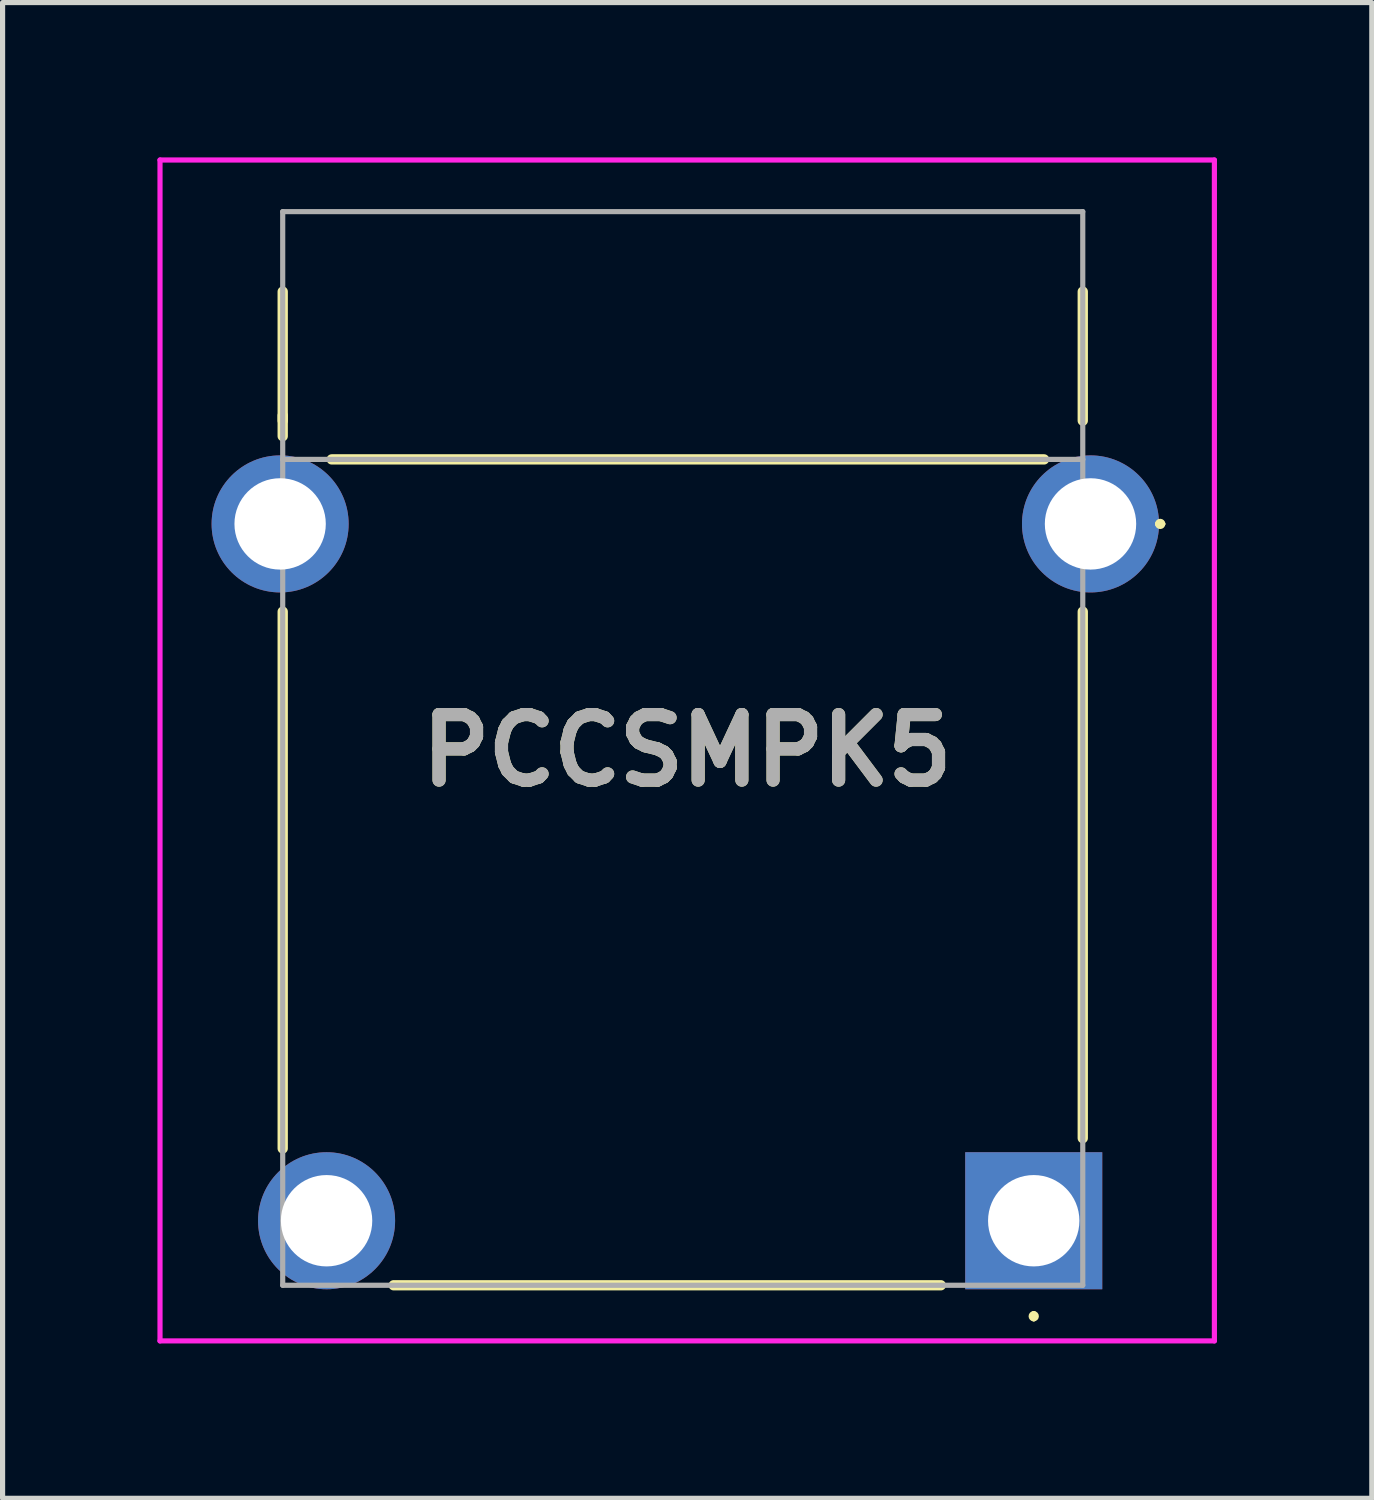
<source format=kicad_pcb>
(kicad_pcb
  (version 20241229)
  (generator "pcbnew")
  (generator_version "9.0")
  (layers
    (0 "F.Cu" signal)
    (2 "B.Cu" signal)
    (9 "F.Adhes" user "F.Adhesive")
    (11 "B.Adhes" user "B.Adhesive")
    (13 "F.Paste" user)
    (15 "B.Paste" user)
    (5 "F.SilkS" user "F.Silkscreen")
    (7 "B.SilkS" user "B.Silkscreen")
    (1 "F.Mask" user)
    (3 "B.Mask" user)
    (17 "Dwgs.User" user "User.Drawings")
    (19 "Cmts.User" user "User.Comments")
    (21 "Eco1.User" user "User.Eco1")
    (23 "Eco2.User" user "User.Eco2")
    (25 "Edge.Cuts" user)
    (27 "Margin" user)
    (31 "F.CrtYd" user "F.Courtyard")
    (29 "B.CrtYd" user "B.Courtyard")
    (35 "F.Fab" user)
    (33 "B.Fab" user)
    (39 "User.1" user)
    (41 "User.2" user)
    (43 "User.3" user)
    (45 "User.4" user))
  (footprint "PCCSMPK5"
    (layer "F.Cu")
    (at 16.977 20.6)
    (property "Reference" "PCCSMPK5" (at -6.713 -9.111 0) (layer "F.SilkS") (effects (font (size 1.27 1.27) (thickness 0.254))))
    (attr through_hole)
    (fp_line (start -14.55 -15.5) (end -14.55 -18) (stroke (width 0.2) (type solid)) (layer "F.SilkS"))
    (fp_line (start -14.55 -15.2) (end -14.55 -15.6) (stroke (width 0.2) (type solid)) (layer "F.SilkS"))
    (fp_line (start -14.55 -1.4) (end -14.55 -11.8) (stroke (width 0.2) (type solid)) (layer "F.SilkS"))
    (fp_line (start -13.6 -14.75) (end 0.2 -14.75) (stroke (width 0.2) (type solid)) (layer "F.SilkS"))
    (fp_line (start -1.8 1.25) (end -12.4 1.25) (stroke (width 0.2) (type solid)) (layer "F.SilkS"))
    (fp_line (start 0 1.8) (end 0 1.8) (stroke (width 0.1) (type solid)) (layer "F.SilkS"))
    (fp_line (start 0 1.9) (end 0 1.9) (stroke (width 0.1) (type solid)) (layer "F.SilkS"))
    (fp_line (start 0.95 -18) (end 0.95 -15.5) (stroke (width 0.2) (type solid)) (layer "F.SilkS"))
    (fp_line (start 0.95 -11.8) (end 0.95 -1.6) (stroke (width 0.2) (type solid)) (layer "F.SilkS"))
    (fp_line (start 2.4 -13.5) (end 2.4 -13.5) (stroke (width 0.1) (type solid)) (layer "F.SilkS"))
    (fp_line (start 2.5 -13.5) (end 2.5 -13.5) (stroke (width 0.1) (type solid)) (layer "F.SilkS"))
    (fp_arc (start 0 1.8) (mid 0.05 1.85) (end 0 1.9) (stroke (width 0.1) (type solid)) (layer "F.SilkS"))
    (fp_arc (start 0 1.9) (mid -0.05 1.85) (end 0 1.8) (stroke (width 0.1) (type solid)) (layer "F.SilkS"))
    (fp_arc (start 2.4 -13.5) (mid 2.45 -13.55) (end 2.5 -13.5) (stroke (width 0.1) (type solid)) (layer "F.SilkS"))
    (fp_arc (start 2.5 -13.5) (mid 2.45 -13.45) (end 2.4 -13.5) (stroke (width 0.1) (type solid)) (layer "F.SilkS"))
    (fp_line (start -16.927 -20.55) (end 3.5 -20.55) (stroke (width 0.1) (type solid)) (layer "F.CrtYd"))
    (fp_line (start -16.927 2.328) (end -16.927 -20.55) (stroke (width 0.1) (type solid)) (layer "F.CrtYd"))
    (fp_line (start 3.5 -20.55) (end 3.5 2.328) (stroke (width 0.1) (type solid)) (layer "F.CrtYd"))
    (fp_line (start 3.5 2.328) (end -16.927 2.328) (stroke (width 0.1) (type solid)) (layer "F.CrtYd"))
    (fp_line (start -14.55 -19.55) (end 0.95 -19.55) (stroke (width 0.1) (type solid)) (layer "F.Fab"))
    (fp_line (start -14.55 -14.75) (end -14.55 -19.55) (stroke (width 0.1) (type solid)) (layer "F.Fab"))
    (fp_line (start -14.55 -14.75) (end 0.95 -14.75) (stroke (width 0.1) (type solid)) (layer "F.Fab"))
    (fp_line (start -14.55 1.25) (end -14.55 -14.75) (stroke (width 0.1) (type solid)) (layer "F.Fab"))
    (fp_line (start 0.95 -19.55) (end 0.95 -14.75) (stroke (width 0.1) (type solid)) (layer "F.Fab"))
    (fp_line (start 0.95 -14.75) (end 0.95 1.25) (stroke (width 0.1) (type solid)) (layer "F.Fab"))
    (fp_line (start 0.95 1.25) (end -14.55 1.25) (stroke (width 0.1) (type solid)) (layer "F.Fab"))
    (fp_text user "${REFERENCE}" (at -6.713 -9.111 0) (layer "F.Fab") (effects (font (size 1.27 1.27) (thickness 0.254))))
    (pad "1" thru_hole rect (at 0 0) (size 2.655 2.655) (drill 1.77) (layers "*.Cu" "*.Mask"))
    (pad "2" thru_hole circle (at -13.7 0) (size 2.655 2.655) (drill 1.77) (layers "*.Cu" "*.Mask"))
    (pad "MH1" thru_hole circle (at 1.1 -13.5) (size 2.655 2.655) (drill 1.77) (layers "*.Cu" "*.Mask"))
    (pad "MH2" thru_hole circle (at -14.6 -13.5) (size 2.655 2.655) (drill 1.77) (layers "*.Cu" "*.Mask")))
  (gr_rect
    (start -3 -3)
    (end 23.527 25.978)
    (stroke (width 0.1) (type default))
    (fill no)
    (layer "Edge.Cuts")))
</source>
